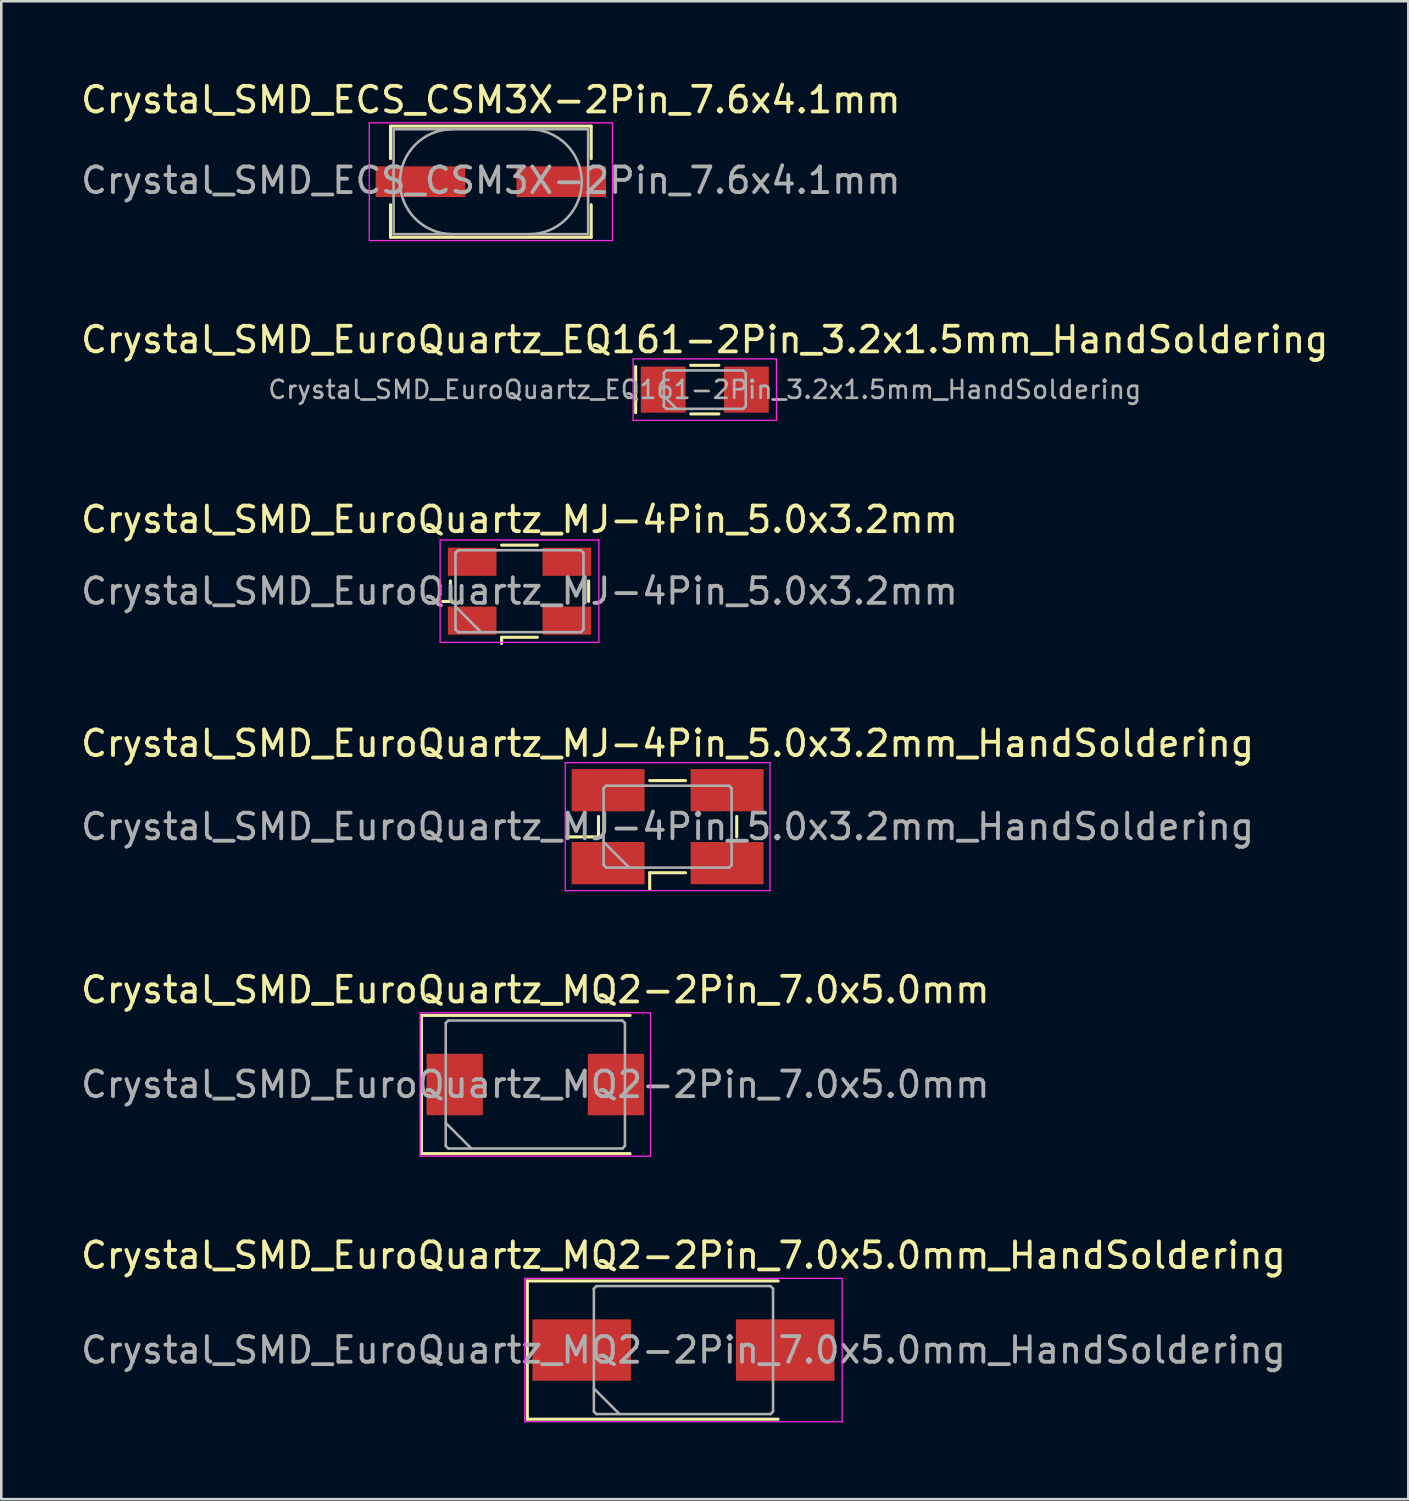
<source format=kicad_pcb>
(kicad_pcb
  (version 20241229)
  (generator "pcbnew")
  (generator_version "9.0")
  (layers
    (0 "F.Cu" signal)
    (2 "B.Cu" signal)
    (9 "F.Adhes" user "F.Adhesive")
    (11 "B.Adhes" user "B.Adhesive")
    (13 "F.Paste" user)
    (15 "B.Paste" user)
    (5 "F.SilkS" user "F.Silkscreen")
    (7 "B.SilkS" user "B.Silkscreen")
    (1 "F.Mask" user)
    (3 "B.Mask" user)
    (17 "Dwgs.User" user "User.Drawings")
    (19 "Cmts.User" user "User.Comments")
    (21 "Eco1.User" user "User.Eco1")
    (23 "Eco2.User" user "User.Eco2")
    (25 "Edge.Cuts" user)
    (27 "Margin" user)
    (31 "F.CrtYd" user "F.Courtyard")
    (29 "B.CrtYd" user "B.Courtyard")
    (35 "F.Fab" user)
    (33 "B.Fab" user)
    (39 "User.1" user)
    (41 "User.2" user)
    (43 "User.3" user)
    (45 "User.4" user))
  (footprint "Crystal_SMD_EuroQuartz_MJ-4Pin_5.0x3.2mm"
    (layer "F.Cu")
    (at 17.244 20.045)
    (property "Reference" "Crystal_SMD_EuroQuartz_MJ-4Pin_5.0x3.2mm" (at 0 -2.8 0) (layer "F.SilkS") (effects (font (size 1 1) (thickness 0.15))))
    (attr smd)
    (fp_line (start -3 0.4) (end -2.7 0.4) (stroke (width 0.12) (type solid)) (layer "F.SilkS"))
    (fp_line (start -2.7 0.4) (end -2.7 -0.4) (stroke (width 0.12) (type solid)) (layer "F.SilkS"))
    (fp_line (start -0.7 -1.8) (end 0.7 -1.8) (stroke (width 0.12) (type solid)) (layer "F.SilkS"))
    (fp_line (start -0.7 1.8) (end -0.7 2.04) (stroke (width 0.12) (type solid)) (layer "F.SilkS"))
    (fp_line (start 0.7 1.8) (end -0.7 1.8) (stroke (width 0.12) (type solid)) (layer "F.SilkS"))
    (fp_line (start 2.7 -0.4) (end 2.7 0.4) (stroke (width 0.12) (type solid)) (layer "F.SilkS"))
    (fp_line (start -3.1 -2) (end -3.1 2) (stroke (width 0.05) (type solid)) (layer "F.CrtYd"))
    (fp_line (start -3.1 2) (end 3.1 2) (stroke (width 0.05) (type solid)) (layer "F.CrtYd"))
    (fp_line (start 3.1 -2) (end -3.1 -2) (stroke (width 0.05) (type solid)) (layer "F.CrtYd"))
    (fp_line (start 3.1 2) (end 3.1 -2) (stroke (width 0.05) (type solid)) (layer "F.CrtYd"))
    (fp_line (start -2.5 -1.5) (end -2.4 -1.6) (stroke (width 0.1) (type solid)) (layer "F.Fab"))
    (fp_line (start -2.5 0.6) (end -1.5 1.6) (stroke (width 0.1) (type solid)) (layer "F.Fab"))
    (fp_line (start -2.5 1.5) (end -2.5 -1.5) (stroke (width 0.1) (type solid)) (layer "F.Fab"))
    (fp_line (start -2.4 -1.6) (end 2.4 -1.6) (stroke (width 0.1) (type solid)) (layer "F.Fab"))
    (fp_line (start -2.4 1.6) (end -2.5 1.5) (stroke (width 0.1) (type solid)) (layer "F.Fab"))
    (fp_line (start 2.4 -1.6) (end 2.5 -1.5) (stroke (width 0.1) (type solid)) (layer "F.Fab"))
    (fp_line (start 2.4 1.6) (end -2.4 1.6) (stroke (width 0.1) (type solid)) (layer "F.Fab"))
    (fp_line (start 2.5 -1.5) (end 2.5 1.5) (stroke (width 0.1) (type solid)) (layer "F.Fab"))
    (fp_line (start 2.5 1.5) (end 2.4 1.6) (stroke (width 0.1) (type solid)) (layer "F.Fab"))
    (fp_text user "${REFERENCE}" (at 0 0 0) (layer "F.Fab") (effects (font (size 1 1) (thickness 0.15))))
    (pad "1" smd rect (at -1.85 1.15) (size 1.9 1.1) (layers "F.Cu" "F.Mask" "F.Paste"))
    (pad "2" smd rect (at 1.85 1.15) (size 1.9 1.1) (layers "F.Cu" "F.Mask" "F.Paste"))
    (pad "3" smd rect (at 1.85 -1.15) (size 1.9 1.1) (layers "F.Cu" "F.Mask" "F.Paste"))
    (pad "4" smd rect (at -1.85 -1.15) (size 1.9 1.1) (layers "F.Cu" "F.Mask" "F.Paste")))
  (footprint "Crystal_SMD_ECS_CSM3X-2Pin_7.6x4.1mm"
    (layer "F.Cu")
    (at 16.125 4.048)
    (property "Reference" "Crystal_SMD_ECS_CSM3X-2Pin_7.6x4.1mm" (at 0 -3.2 0) (layer "F.SilkS") (effects (font (size 1 1) (thickness 0.15))))
    (attr smd)
    (fp_line (start -3.92 -2.17) (end -3.92 -0.9) (stroke (width 0.12) (type solid)) (layer "F.SilkS"))
    (fp_line (start -3.92 -2.17) (end 3.92 -2.17) (stroke (width 0.12) (type solid)) (layer "F.SilkS"))
    (fp_line (start -3.92 2.17) (end -3.92 0.9) (stroke (width 0.12) (type solid)) (layer "F.SilkS"))
    (fp_line (start -3.92 2.17) (end 3.92 2.17) (stroke (width 0.12) (type solid)) (layer "F.SilkS"))
    (fp_line (start 3.92 -2.17) (end 3.92 -0.9) (stroke (width 0.12) (type solid)) (layer "F.SilkS"))
    (fp_line (start 3.92 2.17) (end 3.92 0.9) (stroke (width 0.12) (type solid)) (layer "F.SilkS"))
    (fp_line (start -4.75 -2.3) (end -4.75 2.3) (stroke (width 0.05) (type solid)) (layer "F.CrtYd"))
    (fp_line (start -4.75 -2.3) (end 4.75 -2.3) (stroke (width 0.05) (type solid)) (layer "F.CrtYd"))
    (fp_line (start -4.75 2.3) (end 4.75 2.3) (stroke (width 0.05) (type solid)) (layer "F.CrtYd"))
    (fp_line (start 4.75 -2.3) (end 4.75 2.3) (stroke (width 0.05) (type solid)) (layer "F.CrtYd"))
    (fp_line (start -3.8 -2.05) (end 3.8 -2.05) (stroke (width 0.1) (type solid)) (layer "F.Fab"))
    (fp_line (start -3.8 2.05) (end -3.8 -2.05) (stroke (width 0.1) (type solid)) (layer "F.Fab"))
    (fp_line (start 3.8 -2.05) (end 3.8 2.05) (stroke (width 0.1) (type solid)) (layer "F.Fab"))
    (fp_line (start 3.8 2.05) (end -3.8 2.05) (stroke (width 0.1) (type solid)) (layer "F.Fab"))
    (fp_arc (start -1.5 2.05) (mid -3.55 0) (end -1.5 -2.05) (stroke (width 0.1) (type solid)) (layer "F.Fab"))
    (fp_arc (start 1.5 -2.05) (mid 3.55 0) (end 1.5 2.05) (stroke (width 0.1) (type solid)) (layer "F.Fab"))
    (fp_text user "${REFERENCE}" (at 0 -0.05 0) (layer "F.Fab") (effects (font (size 1 1) (thickness 0.15))))
    (pad "1" smd rect (at -2.75 0) (size 3.5 1.2) (layers "F.Cu" "F.Mask" "F.Paste"))
    (pad "2" smd rect (at 2.75 0) (size 3.5 1.2) (layers "F.Cu" "F.Mask" "F.Paste")))
  (footprint "Crystal_SMD_EuroQuartz_MJ-4Pin_5.0x3.2mm_HandSoldering"
    (layer "F.Cu")
    (at 23.03 29.243)
    (property "Reference" "Crystal_SMD_EuroQuartz_MJ-4Pin_5.0x3.2mm_HandSoldering" (at 0 -3.25 0) (layer "F.SilkS") (effects (font (size 1 1) (thickness 0.15))))
    (attr smd)
    (fp_line (start -3.95 0.4) (end -2.7 0.4) (stroke (width 0.12) (type solid)) (layer "F.SilkS"))
    (fp_line (start -2.7 0.4) (end -2.7 -0.4) (stroke (width 0.12) (type solid)) (layer "F.SilkS"))
    (fp_line (start -0.7 -1.8) (end 0.7 -1.8) (stroke (width 0.12) (type solid)) (layer "F.SilkS"))
    (fp_line (start -0.7 1.8) (end -0.7 2.45) (stroke (width 0.12) (type solid)) (layer "F.SilkS"))
    (fp_line (start 0.7 1.8) (end -0.7 1.8) (stroke (width 0.12) (type solid)) (layer "F.SilkS"))
    (fp_line (start 2.7 -0.4) (end 2.7 0.4) (stroke (width 0.12) (type solid)) (layer "F.SilkS"))
    (fp_line (start -4 -2.5) (end -4 2.5) (stroke (width 0.05) (type solid)) (layer "F.CrtYd"))
    (fp_line (start -4 2.5) (end 4 2.5) (stroke (width 0.05) (type solid)) (layer "F.CrtYd"))
    (fp_line (start 4 -2.5) (end -4 -2.5) (stroke (width 0.05) (type solid)) (layer "F.CrtYd"))
    (fp_line (start 4 2.5) (end 4 -2.5) (stroke (width 0.05) (type solid)) (layer "F.CrtYd"))
    (fp_line (start -2.5 -1.5) (end -2.4 -1.6) (stroke (width 0.1) (type solid)) (layer "F.Fab"))
    (fp_line (start -2.5 0.6) (end -1.5 1.6) (stroke (width 0.1) (type solid)) (layer "F.Fab"))
    (fp_line (start -2.5 1.5) (end -2.5 -1.5) (stroke (width 0.1) (type solid)) (layer "F.Fab"))
    (fp_line (start -2.4 -1.6) (end 2.4 -1.6) (stroke (width 0.1) (type solid)) (layer "F.Fab"))
    (fp_line (start -2.4 1.6) (end -2.5 1.5) (stroke (width 0.1) (type solid)) (layer "F.Fab"))
    (fp_line (start 2.4 -1.6) (end 2.5 -1.5) (stroke (width 0.1) (type solid)) (layer "F.Fab"))
    (fp_line (start 2.4 1.6) (end -2.4 1.6) (stroke (width 0.1) (type solid)) (layer "F.Fab"))
    (fp_line (start 2.5 -1.5) (end 2.5 1.5) (stroke (width 0.1) (type solid)) (layer "F.Fab"))
    (fp_line (start 2.5 1.5) (end 2.4 1.6) (stroke (width 0.1) (type solid)) (layer "F.Fab"))
    (fp_text user "${REFERENCE}" (at 0 0 0) (layer "F.Fab") (effects (font (size 1 1) (thickness 0.15))))
    (pad "1" smd rect (at -2.325 1.425) (size 2.85 1.65) (layers "F.Cu" "F.Mask" "F.Paste"))
    (pad "2" smd rect (at 2.325 1.425) (size 2.85 1.65) (layers "F.Cu" "F.Mask" "F.Paste"))
    (pad "3" smd rect (at 2.325 -1.425) (size 2.85 1.65) (layers "F.Cu" "F.Mask" "F.Paste"))
    (pad "4" smd rect (at -2.325 -1.425) (size 2.85 1.65) (layers "F.Cu" "F.Mask" "F.Paste")))
  (footprint "Crystal_SMD_EuroQuartz_MQ2-2Pin_7.0x5.0mm_HandSoldering"
    (layer "F.Cu")
    (at 23.649 49.69)
    (property "Reference" "Crystal_SMD_EuroQuartz_MQ2-2Pin_7.0x5.0mm_HandSoldering" (at 0 -3.7 0) (layer "F.SilkS") (effects (font (size 1 1) (thickness 0.15))))
    (attr smd)
    (fp_line (start -6.1 -2.7) (end -6.1 2.7) (stroke (width 0.12) (type solid)) (layer "F.SilkS"))
    (fp_line (start -6.1 2.7) (end 3.7 2.7) (stroke (width 0.12) (type solid)) (layer "F.SilkS"))
    (fp_line (start 3.7 -2.7) (end -6.1 -2.7) (stroke (width 0.12) (type solid)) (layer "F.SilkS"))
    (fp_line (start -6.2 -2.8) (end -6.2 2.8) (stroke (width 0.05) (type solid)) (layer "F.CrtYd"))
    (fp_line (start -6.2 2.8) (end 6.2 2.8) (stroke (width 0.05) (type solid)) (layer "F.CrtYd"))
    (fp_line (start 6.2 -2.8) (end -6.2 -2.8) (stroke (width 0.05) (type solid)) (layer "F.CrtYd"))
    (fp_line (start 6.2 2.8) (end 6.2 -2.8) (stroke (width 0.05) (type solid)) (layer "F.CrtYd"))
    (fp_line (start -3.5 -2.4) (end -3.4 -2.5) (stroke (width 0.1) (type solid)) (layer "F.Fab"))
    (fp_line (start -3.5 1.5) (end -2.5 2.5) (stroke (width 0.1) (type solid)) (layer "F.Fab"))
    (fp_line (start -3.5 2.4) (end -3.5 -2.4) (stroke (width 0.1) (type solid)) (layer "F.Fab"))
    (fp_line (start -3.4 -2.5) (end 3.4 -2.5) (stroke (width 0.1) (type solid)) (layer "F.Fab"))
    (fp_line (start -3.4 2.5) (end -3.5 2.4) (stroke (width 0.1) (type solid)) (layer "F.Fab"))
    (fp_line (start 3.4 -2.5) (end 3.5 -2.4) (stroke (width 0.1) (type solid)) (layer "F.Fab"))
    (fp_line (start 3.4 2.5) (end -3.4 2.5) (stroke (width 0.1) (type solid)) (layer "F.Fab"))
    (fp_line (start 3.5 -2.4) (end 3.5 2.4) (stroke (width 0.1) (type solid)) (layer "F.Fab"))
    (fp_line (start 3.5 2.4) (end 3.4 2.5) (stroke (width 0.1) (type solid)) (layer "F.Fab"))
    (fp_text user "${REFERENCE}" (at 0 0 0) (layer "F.Fab") (effects (font (size 1 1) (thickness 0.15))))
    (pad "1" smd rect (at -3.975 0) (size 3.85 2.4) (layers "F.Cu" "F.Mask" "F.Paste"))
    (pad "2" smd rect (at 3.975 0) (size 3.85 2.4) (layers "F.Cu" "F.Mask" "F.Paste")))
  (footprint "Crystal_SMD_EuroQuartz_EQ161-2Pin_3.2x1.5mm_HandSoldering"
    (layer "F.Cu")
    (at 24.482 12.171)
    (property "Reference" "Crystal_SMD_EuroQuartz_EQ161-2Pin_3.2x1.5mm_HandSoldering" (at 0 -1.95 0) (layer "F.SilkS") (effects (font (size 1 1) (thickness 0.15))))
    (attr smd)
    (fp_line (start -2.7 -0.9) (end -2.7 0.9) (stroke (width 0.12) (type solid)) (layer "F.SilkS"))
    (fp_line (start -0.55 -0.95) (end 0.55 -0.95) (stroke (width 0.12) (type solid)) (layer "F.SilkS"))
    (fp_line (start -0.55 0.95) (end 0.55 0.95) (stroke (width 0.12) (type solid)) (layer "F.SilkS"))
    (fp_line (start -2.8 -1.2) (end -2.8 1.2) (stroke (width 0.05) (type solid)) (layer "F.CrtYd"))
    (fp_line (start -2.8 1.2) (end 2.8 1.2) (stroke (width 0.05) (type solid)) (layer "F.CrtYd"))
    (fp_line (start 2.8 -1.2) (end -2.8 -1.2) (stroke (width 0.05) (type solid)) (layer "F.CrtYd"))
    (fp_line (start 2.8 1.2) (end 2.8 -1.2) (stroke (width 0.05) (type solid)) (layer "F.CrtYd"))
    (fp_line (start -1.6 -0.65) (end -1.5 -0.75) (stroke (width 0.1) (type solid)) (layer "F.Fab"))
    (fp_line (start -1.6 0.25) (end -1.1 0.75) (stroke (width 0.1) (type solid)) (layer "F.Fab"))
    (fp_line (start -1.6 0.65) (end -1.6 -0.65) (stroke (width 0.1) (type solid)) (layer "F.Fab"))
    (fp_line (start -1.5 -0.75) (end 1.5 -0.75) (stroke (width 0.1) (type solid)) (layer "F.Fab"))
    (fp_line (start -1.5 0.75) (end -1.6 0.65) (stroke (width 0.1) (type solid)) (layer "F.Fab"))
    (fp_line (start 1.5 -0.75) (end 1.6 -0.65) (stroke (width 0.1) (type solid)) (layer "F.Fab"))
    (fp_line (start 1.5 0.75) (end -1.5 0.75) (stroke (width 0.1) (type solid)) (layer "F.Fab"))
    (fp_line (start 1.6 -0.65) (end 1.6 0.65) (stroke (width 0.1) (type solid)) (layer "F.Fab"))
    (fp_line (start 1.6 0.65) (end 1.5 0.75) (stroke (width 0.1) (type solid)) (layer "F.Fab"))
    (fp_text user "${REFERENCE}" (at 0 0 0) (layer "F.Fab") (effects (font (size 0.7 0.7) (thickness 0.105))))
    (pad "1" smd rect (at -1.625 0) (size 1.75 1.8) (layers "F.Cu" "F.Mask" "F.Paste"))
    (pad "2" smd rect (at 1.625 0) (size 1.75 1.8) (layers "F.Cu" "F.Mask" "F.Paste")))
  (footprint "Crystal_SMD_EuroQuartz_MQ2-2Pin_7.0x5.0mm"
    (layer "F.Cu")
    (at 17.863 39.316)
    (property "Reference" "Crystal_SMD_EuroQuartz_MQ2-2Pin_7.0x5.0mm" (at 0 -3.7 0) (layer "F.SilkS") (effects (font (size 1 1) (thickness 0.15))))
    (attr smd)
    (fp_line (start -4.45 -2.7) (end -4.45 2.7) (stroke (width 0.12) (type solid)) (layer "F.SilkS"))
    (fp_line (start -4.45 2.7) (end 3.7 2.7) (stroke (width 0.12) (type solid)) (layer "F.SilkS"))
    (fp_line (start 3.7 -2.7) (end -4.45 -2.7) (stroke (width 0.12) (type solid)) (layer "F.SilkS"))
    (fp_line (start -4.5 -2.8) (end -4.5 2.8) (stroke (width 0.05) (type solid)) (layer "F.CrtYd"))
    (fp_line (start -4.5 2.8) (end 4.5 2.8) (stroke (width 0.05) (type solid)) (layer "F.CrtYd"))
    (fp_line (start 4.5 -2.8) (end -4.5 -2.8) (stroke (width 0.05) (type solid)) (layer "F.CrtYd"))
    (fp_line (start 4.5 2.8) (end 4.5 -2.8) (stroke (width 0.05) (type solid)) (layer "F.CrtYd"))
    (fp_line (start -3.5 -2.4) (end -3.4 -2.5) (stroke (width 0.1) (type solid)) (layer "F.Fab"))
    (fp_line (start -3.5 1.5) (end -2.5 2.5) (stroke (width 0.1) (type solid)) (layer "F.Fab"))
    (fp_line (start -3.5 2.4) (end -3.5 -2.4) (stroke (width 0.1) (type solid)) (layer "F.Fab"))
    (fp_line (start -3.4 -2.5) (end 3.4 -2.5) (stroke (width 0.1) (type solid)) (layer "F.Fab"))
    (fp_line (start -3.4 2.5) (end -3.5 2.4) (stroke (width 0.1) (type solid)) (layer "F.Fab"))
    (fp_line (start 3.4 -2.5) (end 3.5 -2.4) (stroke (width 0.1) (type solid)) (layer "F.Fab"))
    (fp_line (start 3.4 2.5) (end -3.4 2.5) (stroke (width 0.1) (type solid)) (layer "F.Fab"))
    (fp_line (start 3.5 -2.4) (end 3.5 2.4) (stroke (width 0.1) (type solid)) (layer "F.Fab"))
    (fp_line (start 3.5 2.4) (end 3.4 2.5) (stroke (width 0.1) (type solid)) (layer "F.Fab"))
    (fp_text user "${REFERENCE}" (at 0 0 0) (layer "F.Fab") (effects (font (size 1 1) (thickness 0.15))))
    (pad "1" smd rect (at -3.15 0) (size 2.2 2.4) (layers "F.Cu" "F.Mask" "F.Paste"))
    (pad "2" smd rect (at 3.15 0) (size 2.2 2.4) (layers "F.Cu" "F.Mask" "F.Paste")))
  (gr_rect
    (start -3 -3)
    (end 51.964 55.514)
    (stroke (width 0.1) (type default))
    (fill no)
    (layer "Edge.Cuts")))
</source>
